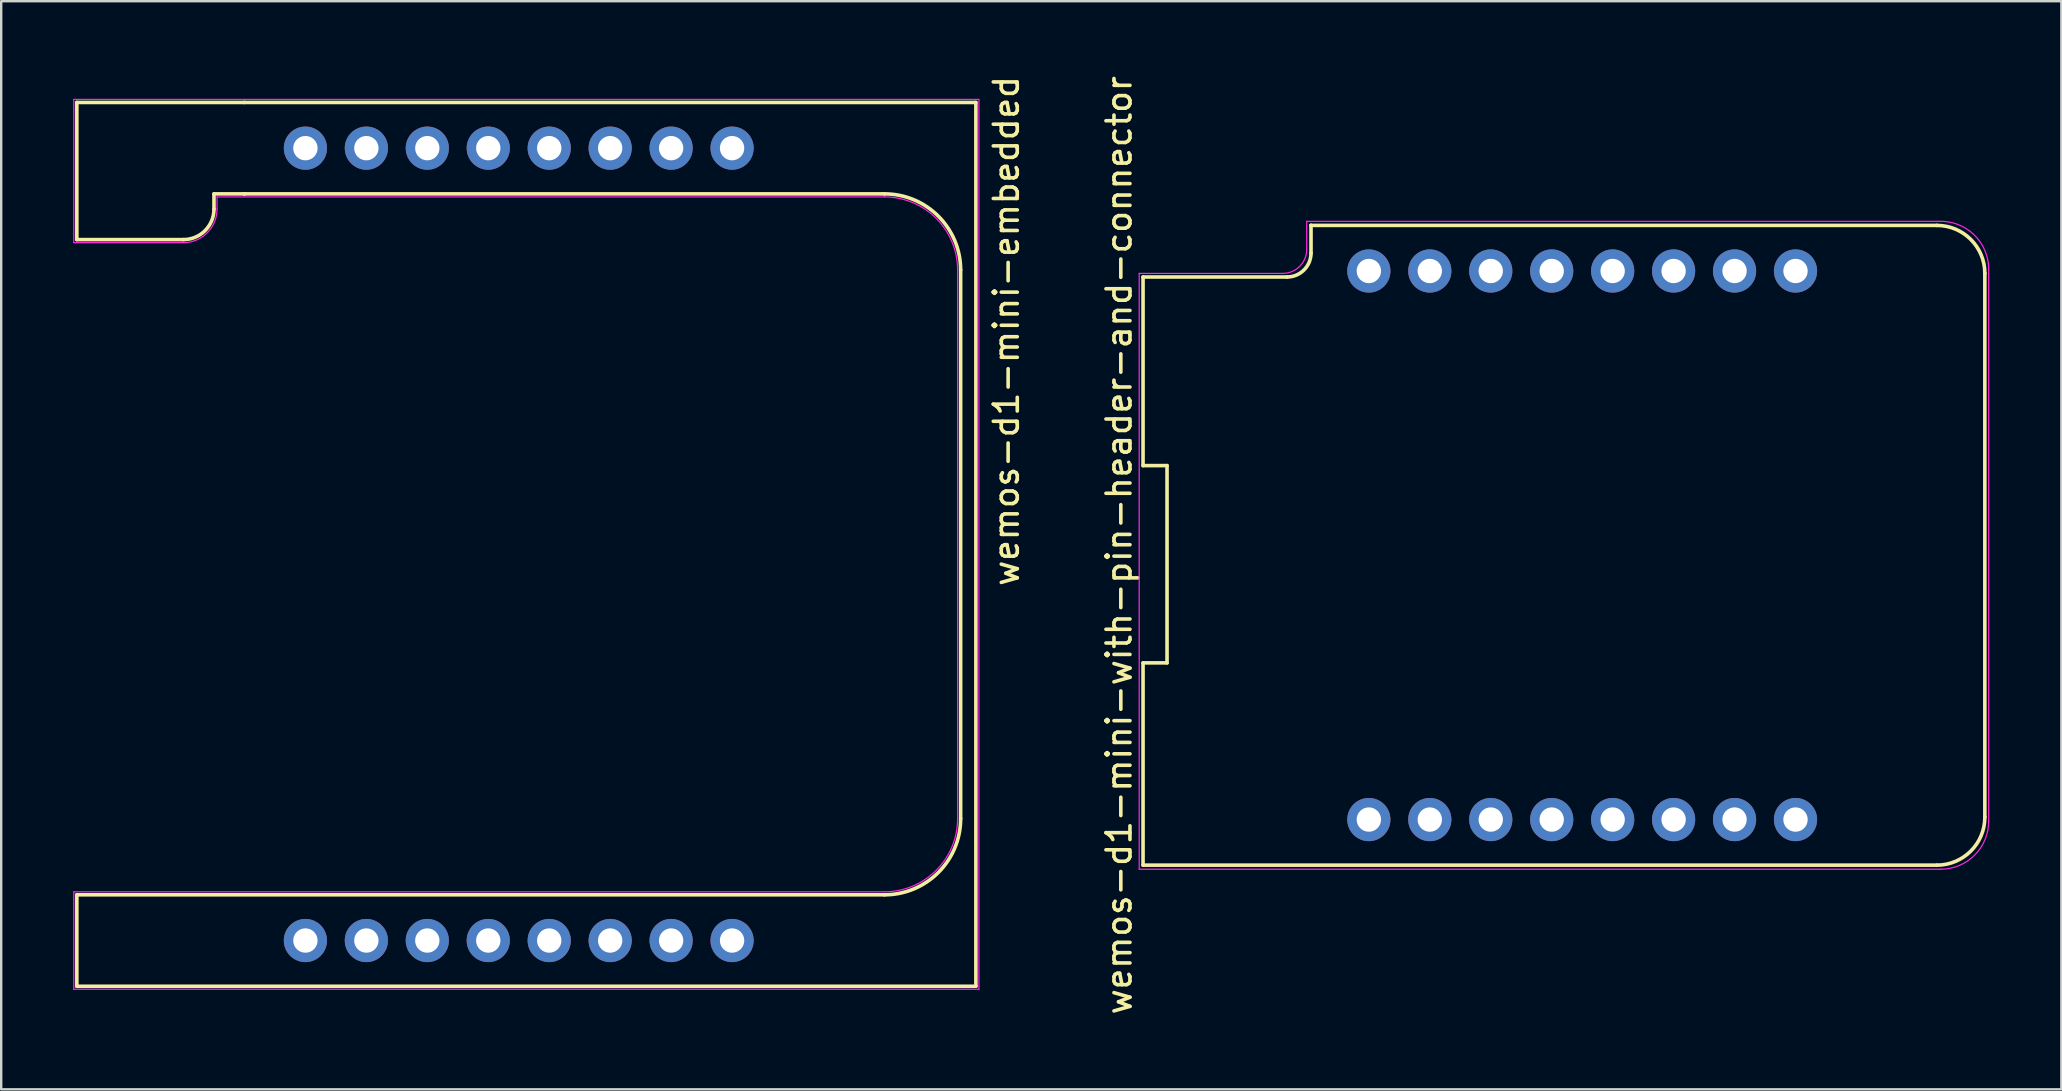
<source format=kicad_pcb>
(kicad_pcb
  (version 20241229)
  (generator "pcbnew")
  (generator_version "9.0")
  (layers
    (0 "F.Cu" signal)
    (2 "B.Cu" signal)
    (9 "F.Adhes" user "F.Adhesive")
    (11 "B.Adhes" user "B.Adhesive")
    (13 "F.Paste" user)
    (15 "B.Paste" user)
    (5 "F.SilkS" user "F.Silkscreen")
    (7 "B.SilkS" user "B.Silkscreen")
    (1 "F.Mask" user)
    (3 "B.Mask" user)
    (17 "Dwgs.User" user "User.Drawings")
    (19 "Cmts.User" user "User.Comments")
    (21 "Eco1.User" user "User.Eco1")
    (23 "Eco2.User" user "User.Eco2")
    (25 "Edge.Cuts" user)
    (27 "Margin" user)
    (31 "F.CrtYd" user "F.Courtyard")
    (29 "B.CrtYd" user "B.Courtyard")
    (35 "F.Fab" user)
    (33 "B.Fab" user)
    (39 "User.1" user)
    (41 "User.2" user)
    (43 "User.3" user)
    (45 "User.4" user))
  (footprint "wemos-d1-mini-with-pin-header-and-connector"
    (layer "F.Cu")
    (at 62.883 19.673)
    (property "Reference" "wemos-d1-mini-with-pin-header-and-connector" (at -19.3 0 90) (layer "F.SilkS") (effects (font (size 1 1) (thickness 0.15))))
    (attr through_hole)
    (fp_line (start -18.3 -11.18) (end -18.3 -3.32) (stroke (width 0.15) (type solid)) (layer "F.SilkS"))
    (fp_line (start -18.3 -11.18) (end -12.3 -11.18) (stroke (width 0.15) (type solid)) (layer "F.SilkS"))
    (fp_line (start -18.3 -3.32) (end -17.3 -3.32) (stroke (width 0.15) (type solid)) (layer "F.SilkS"))
    (fp_line (start -18.3 4.9) (end -18.3 13.33) (stroke (width 0.15) (type solid)) (layer "F.SilkS"))
    (fp_line (start -18.3 13.33) (end 14.78 13.33) (stroke (width 0.15) (type solid)) (layer "F.SilkS"))
    (fp_line (start -17.3 -3.32) (end -17.3 4.9) (stroke (width 0.15) (type solid)) (layer "F.SilkS"))
    (fp_line (start -17.3 4.9) (end -18.3 4.9) (stroke (width 0.15) (type solid)) (layer "F.SilkS"))
    (fp_line (start -11.3 -13.33) (end -11.3 -13.33) (stroke (width 0.15) (type solid)) (layer "F.SilkS"))
    (fp_line (start -11.3 -12.17) (end -11.3 -13.33) (stroke (width 0.15) (type solid)) (layer "F.SilkS"))
    (fp_line (start 14.78 -13.33) (end -11.3 -13.33) (stroke (width 0.15) (type solid)) (layer "F.SilkS"))
    (fp_line (start 16.78 11.33) (end 16.78 -11.33) (stroke (width 0.15) (type solid)) (layer "F.SilkS"))
    (fp_arc (start -11.3 -12.18) (mid -11.592893 -11.472893) (end -12.3 -11.18) (stroke (width 0.15) (type solid)) (layer "F.SilkS"))
    (fp_arc (start 14.78 -13.33) (mid 16.194214 -12.744214) (end 16.78 -11.33) (stroke (width 0.15) (type solid)) (layer "F.SilkS"))
    (fp_arc (start 16.78 11.33) (mid 16.194214 12.744214) (end 14.78 13.33) (stroke (width 0.15) (type solid)) (layer "F.SilkS"))
    (fp_line (start -18.46 -11.33) (end -12.48 -11.33) (stroke (width 0.05) (type solid)) (layer "F.CrtYd"))
    (fp_line (start -18.46 13.5) (end -18.46 -11.33) (stroke (width 0.05) (type solid)) (layer "F.CrtYd"))
    (fp_line (start -11.48 -13.5) (end -11.48 -12.33) (stroke (width 0.05) (type solid)) (layer "F.CrtYd"))
    (fp_line (start -11.48 -13.5) (end 14.85 -13.5) (stroke (width 0.05) (type solid)) (layer "F.CrtYd"))
    (fp_line (start 14.94 13.5) (end -18.46 13.5) (stroke (width 0.05) (type solid)) (layer "F.CrtYd"))
    (fp_line (start 16.94 -11.5) (end 16.94 11.5) (stroke (width 0.05) (type solid)) (layer "F.CrtYd"))
    (fp_arc (start -11.48 -12.33) (mid -11.772893 -11.622893) (end -12.48 -11.33) (stroke (width 0.05) (type solid)) (layer "F.CrtYd"))
    (fp_arc (start 14.85 -13.5) (mid 16.323459 -12.947115) (end 16.942024 -11.5) (stroke (width 0.05) (type solid)) (layer "F.CrtYd"))
    (fp_arc (start 16.94 11.5) (mid 16.354214 12.914214) (end 14.94 13.5) (stroke (width 0.05) (type solid)) (layer "F.CrtYd"))
    (pad "1" thru_hole circle (at -8.89 11.43) (size 1.8 1.8) (drill 1.016) (layers "*.Cu" "*.Mask"))
    (pad "2" thru_hole circle (at -6.35 11.43) (size 1.8 1.8) (drill 1.016) (layers "*.Cu" "*.Mask"))
    (pad "3" thru_hole circle (at -3.81 11.43) (size 1.8 1.8) (drill 1.016) (layers "*.Cu" "*.Mask"))
    (pad "4" thru_hole circle (at -1.27 11.43) (size 1.8 1.8) (drill 1.016) (layers "*.Cu" "*.Mask"))
    (pad "5" thru_hole circle (at 1.27 11.43) (size 1.8 1.8) (drill 1.016) (layers "*.Cu" "*.Mask"))
    (pad "6" thru_hole circle (at 3.81 11.43) (size 1.8 1.8) (drill 1.016) (layers "*.Cu" "*.Mask"))
    (pad "7" thru_hole circle (at 6.35 11.43) (size 1.8 1.8) (drill 1.016) (layers "*.Cu" "*.Mask"))
    (pad "8" thru_hole circle (at 8.89 11.43) (size 1.8 1.8) (drill 1.016) (layers "*.Cu" "*.Mask"))
    (pad "9" thru_hole circle (at 8.89 -11.43) (size 1.8 1.8) (drill 1.016) (layers "*.Cu" "*.Mask"))
    (pad "10" thru_hole circle (at 6.35 -11.43) (size 1.8 1.8) (drill 1.016) (layers "*.Cu" "*.Mask"))
    (pad "11" thru_hole circle (at 3.81 -11.43) (size 1.8 1.8) (drill 1.016) (layers "*.Cu" "*.Mask"))
    (pad "12" thru_hole circle (at 1.27 -11.43) (size 1.8 1.8) (drill 1.016) (layers "*.Cu" "*.Mask"))
    (pad "13" thru_hole circle (at -1.27 -11.43) (size 1.8 1.8) (drill 1.016) (layers "*.Cu" "*.Mask"))
    (pad "14" thru_hole circle (at -3.81 -11.43) (size 1.8 1.8) (drill 1.016) (layers "*.Cu" "*.Mask"))
    (pad "15" thru_hole circle (at -6.35 -11.43) (size 1.8 1.8) (drill 1.016) (layers "*.Cu" "*.Mask"))
    (pad "16" thru_hole circle (at -8.89 -11.43) (size 1.8 1.8) (drill 1.016) (layers "*.Cu" "*.Mask")))
  (footprint "wemos-d1-mini-embedded"
    (layer "F.Cu")
    (at 18.567 19.634)
    (property "Reference" "wemos-d1-mini-embedded" (at 20.32 -8.89 90) (layer "F.SilkS") (effects (font (size 1 1) (thickness 0.15))))
    (attr through_hole)
    (fp_line (start -18.415 -18.415) (end -18.415 -12.7) (stroke (width 0.15) (type solid)) (layer "F.SilkS"))
    (fp_line (start -18.415 -12.7) (end -13.97 -12.7) (stroke (width 0.15) (type solid)) (layer "F.SilkS"))
    (fp_line (start -18.415 14.605) (end -18.415 18.415) (stroke (width 0.15) (type solid)) (layer "F.SilkS"))
    (fp_line (start -18.415 18.415) (end 19.05 18.415) (stroke (width 0.15) (type solid)) (layer "F.SilkS"))
    (fp_line (start -12.7 -14.605) (end -11.43 -14.605) (stroke (width 0.15) (type solid)) (layer "F.SilkS"))
    (fp_line (start -12.7 -13.97) (end -12.7 -14.605) (stroke (width 0.15) (type solid)) (layer "F.SilkS"))
    (fp_line (start -11.43 -18.415) (end -18.415 -18.415) (stroke (width 0.15) (type solid)) (layer "F.SilkS"))
    (fp_line (start -11.43 -14.605) (end -11.43 -14.605) (stroke (width 0.15) (type solid)) (layer "F.SilkS"))
    (fp_line (start -11.43 -14.605) (end 15.24 -14.605) (stroke (width 0.15) (type solid)) (layer "F.SilkS"))
    (fp_line (start 15.24 14.605) (end -18.415 14.605) (stroke (width 0.15) (type solid)) (layer "F.SilkS"))
    (fp_line (start 18.415 -11.43) (end 18.415 11.43) (stroke (width 0.15) (type solid)) (layer "F.SilkS"))
    (fp_line (start 19.05 -18.415) (end -11.43 -18.415) (stroke (width 0.15) (type solid)) (layer "F.SilkS"))
    (fp_line (start 19.05 18.415) (end 19.05 -18.415) (stroke (width 0.15) (type solid)) (layer "F.SilkS"))
    (fp_arc (start -12.7 -13.97) (mid -13.071974 -13.071974) (end -13.97 -12.7) (stroke (width 0.15) (type solid)) (layer "F.SilkS"))
    (fp_arc (start 15.24 -14.605) (mid 17.485064 -13.675064) (end 18.415 -11.43) (stroke (width 0.15) (type solid)) (layer "F.SilkS"))
    (fp_arc (start 18.415 11.43) (mid 17.485064 13.675064) (end 15.24 14.605) (stroke (width 0.15) (type solid)) (layer "F.SilkS"))
    (fp_line (start -18.542 -18.542) (end 19.177 -18.542) (stroke (width 0.05) (type solid)) (layer "F.CrtYd"))
    (fp_line (start -18.542 -12.573) (end -18.542 -18.542) (stroke (width 0.05) (type solid)) (layer "F.CrtYd"))
    (fp_line (start -18.542 14.478) (end 15.24 14.478) (stroke (width 0.05) (type solid)) (layer "F.CrtYd"))
    (fp_line (start -18.542 18.542) (end -18.542 14.478) (stroke (width 0.05) (type solid)) (layer "F.CrtYd"))
    (fp_line (start -13.843 -12.573) (end -18.542 -12.573) (stroke (width 0.05) (type solid)) (layer "F.CrtYd"))
    (fp_line (start -12.573 -14.478) (end -12.573 -13.97) (stroke (width 0.05) (type solid)) (layer "F.CrtYd"))
    (fp_line (start 15.24 -14.478) (end -12.573 -14.478) (stroke (width 0.05) (type solid)) (layer "F.CrtYd"))
    (fp_line (start 18.288 11.43) (end 18.288 -11.43) (stroke (width 0.05) (type solid)) (layer "F.CrtYd"))
    (fp_line (start 19.177 -18.542) (end 19.177 18.542) (stroke (width 0.05) (type solid)) (layer "F.CrtYd"))
    (fp_line (start 19.177 18.542) (end -18.542 18.542) (stroke (width 0.05) (type solid)) (layer "F.CrtYd"))
    (fp_arc (start -12.573 -13.97) (mid -12.934277 -13.03251) (end -13.83125 -12.579907) (stroke (width 0.05) (type solid)) (layer "F.CrtYd"))
    (fp_arc (start 15.24 -14.478) (mid 17.395261 -13.585261) (end 18.288 -11.43) (stroke (width 0.05) (type solid)) (layer "F.CrtYd"))
    (fp_arc (start 18.288 11.43) (mid 17.395261 13.585261) (end 15.24 14.478) (stroke (width 0.05) (type solid)) (layer "F.CrtYd"))
    (pad "1" thru_hole circle (at -8.89 16.51) (size 1.8 1.8) (drill 1.016) (layers "*.Cu" "*.Mask"))
    (pad "2" thru_hole circle (at -6.35 16.51) (size 1.8 1.8) (drill 1.016) (layers "*.Cu" "*.Mask"))
    (pad "3" thru_hole circle (at -3.81 16.51) (size 1.8 1.8) (drill 1.016) (layers "*.Cu" "*.Mask"))
    (pad "4" thru_hole circle (at -1.27 16.51) (size 1.8 1.8) (drill 1.016) (layers "*.Cu" "*.Mask"))
    (pad "5" thru_hole circle (at 1.27 16.51) (size 1.8 1.8) (drill 1.016) (layers "*.Cu" "*.Mask"))
    (pad "6" thru_hole circle (at 3.81 16.51) (size 1.8 1.8) (drill 1.016) (layers "*.Cu" "*.Mask"))
    (pad "7" thru_hole circle (at 6.35 16.51) (size 1.8 1.8) (drill 1.016) (layers "*.Cu" "*.Mask"))
    (pad "8" thru_hole circle (at 8.89 16.51) (size 1.8 1.8) (drill 1.016) (layers "*.Cu" "*.Mask"))
    (pad "9" thru_hole circle (at 8.89 -16.51) (size 1.8 1.8) (drill 1.016) (layers "*.Cu" "*.Mask"))
    (pad "10" thru_hole circle (at 6.35 -16.51) (size 1.8 1.8) (drill 1.016) (layers "*.Cu" "*.Mask"))
    (pad "11" thru_hole circle (at 3.81 -16.51) (size 1.8 1.8) (drill 1.016) (layers "*.Cu" "*.Mask"))
    (pad "12" thru_hole circle (at 1.27 -16.51) (size 1.8 1.8) (drill 1.016) (layers "*.Cu" "*.Mask"))
    (pad "13" thru_hole circle (at -1.27 -16.51) (size 1.8 1.8) (drill 1.016) (layers "*.Cu" "*.Mask"))
    (pad "14" thru_hole circle (at -3.81 -16.51) (size 1.8 1.8) (drill 1.016) (layers "*.Cu" "*.Mask"))
    (pad "15" thru_hole circle (at -6.35 -16.51) (size 1.8 1.8) (drill 1.016) (layers "*.Cu" "*.Mask"))
    (pad "16" thru_hole circle (at -8.89 -16.51) (size 1.8 1.8) (drill 1.016) (layers "*.Cu" "*.Mask")))
  (gr_rect
    (start -3 -3)
    (end 82.851 42.345)
    (stroke (width 0.1) (type default))
    (fill no)
    (layer "Edge.Cuts")))
</source>
